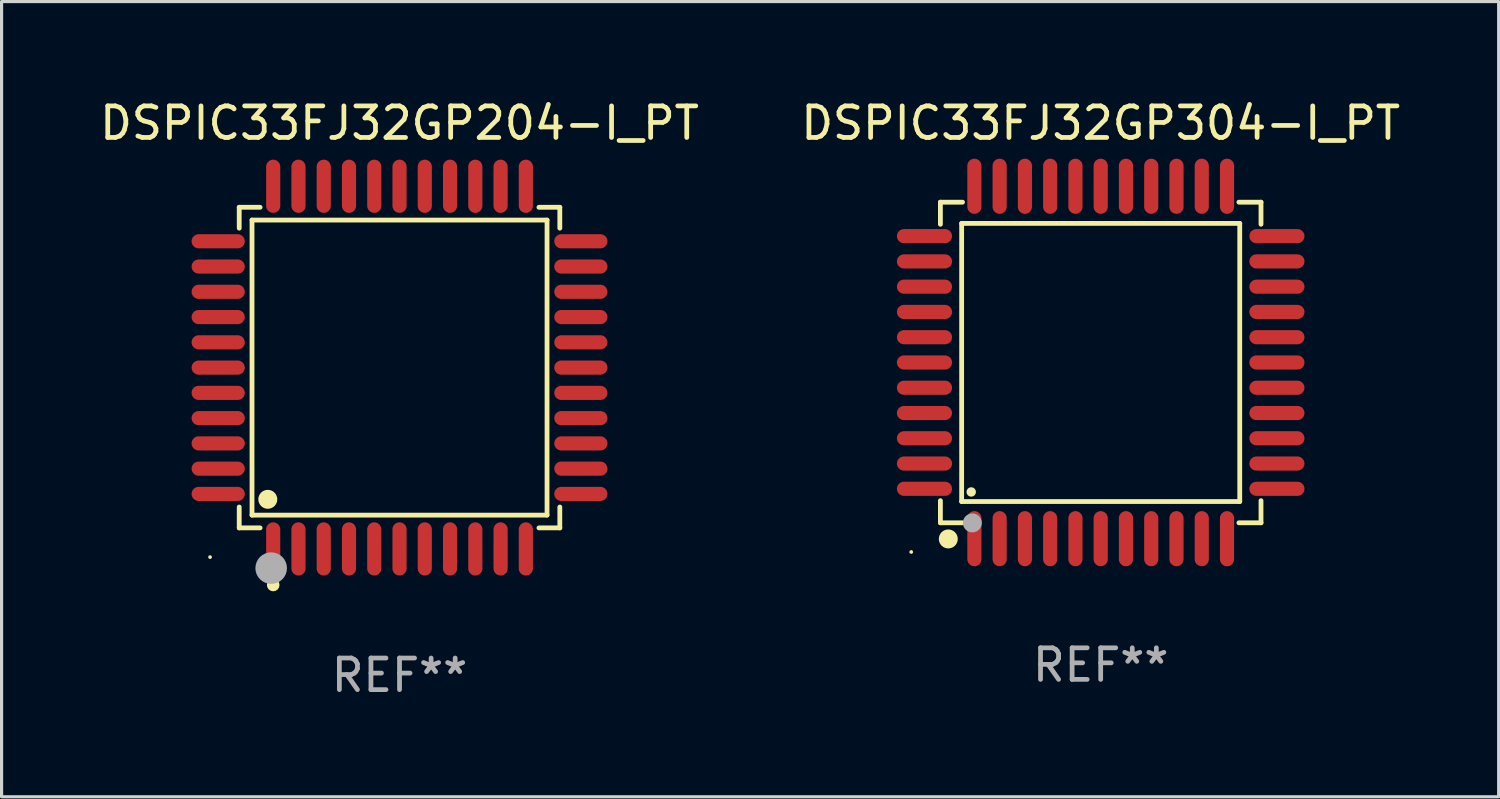
<source format=kicad_pcb>
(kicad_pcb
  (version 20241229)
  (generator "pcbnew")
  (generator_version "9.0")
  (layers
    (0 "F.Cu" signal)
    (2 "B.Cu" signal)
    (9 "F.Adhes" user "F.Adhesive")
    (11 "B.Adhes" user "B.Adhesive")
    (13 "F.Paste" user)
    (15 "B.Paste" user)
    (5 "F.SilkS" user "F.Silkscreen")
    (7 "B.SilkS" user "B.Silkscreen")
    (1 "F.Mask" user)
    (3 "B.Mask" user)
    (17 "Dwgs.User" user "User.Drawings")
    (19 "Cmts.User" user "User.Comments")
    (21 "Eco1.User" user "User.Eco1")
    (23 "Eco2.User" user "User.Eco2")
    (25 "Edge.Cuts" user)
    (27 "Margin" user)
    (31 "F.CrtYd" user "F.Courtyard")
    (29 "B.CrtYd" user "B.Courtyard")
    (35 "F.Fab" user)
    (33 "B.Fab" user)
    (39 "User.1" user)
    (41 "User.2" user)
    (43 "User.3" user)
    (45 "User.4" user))
  (footprint "DSPIC33FJ32GP204-I_PT"
    (layer "F.Cu")
    (at 9.601 8.59)
    (property "Reference" "DSPIC33FJ32GP204-I_PT" (at 0 -7.742 0) (layer "F.SilkS") (effects (font (size 1 1) (thickness 0.15))))
    (attr through_hole)
    (fp_line (start -5.076 -5.076) (end -4.415 -5.076) (stroke (width 0.152) (type solid)) (layer "F.SilkS"))
    (fp_line (start -5.076 -4.415) (end -5.076 -5.076) (stroke (width 0.152) (type solid)) (layer "F.SilkS"))
    (fp_line (start -5.076 4.415) (end -5.076 5.076) (stroke (width 0.152) (type solid)) (layer "F.SilkS"))
    (fp_line (start -5.076 5.076) (end -4.415 5.076) (stroke (width 0.152) (type solid)) (layer "F.SilkS"))
    (fp_line (start -4.671 -4.671) (end 4.671 -4.671) (stroke (width 0.152) (type solid)) (layer "F.SilkS"))
    (fp_line (start -4.671 4.671) (end -4.671 -4.671) (stroke (width 0.152) (type solid)) (layer "F.SilkS"))
    (fp_line (start 4.671 -4.671) (end 4.671 4.671) (stroke (width 0.152) (type solid)) (layer "F.SilkS"))
    (fp_line (start 4.671 4.671) (end -4.671 4.671) (stroke (width 0.152) (type solid)) (layer "F.SilkS"))
    (fp_line (start 5.076 -5.076) (end 4.415 -5.076) (stroke (width 0.152) (type solid)) (layer "F.SilkS"))
    (fp_line (start 5.076 -4.415) (end 5.076 -5.076) (stroke (width 0.152) (type solid)) (layer "F.SilkS"))
    (fp_line (start 5.076 4.415) (end 5.076 5.076) (stroke (width 0.152) (type solid)) (layer "F.SilkS"))
    (fp_line (start 5.076 5.076) (end 4.415 5.076) (stroke (width 0.152) (type solid)) (layer "F.SilkS"))
    (fp_circle (center -6 6) (end -5.97 6) (stroke (width 0.06) (type solid)) (fill no) (layer "F.SilkS"))
    (fp_circle (center -4.171 4.171) (end -4.021 4.171) (stroke (width 0.3) (type solid)) (fill no) (layer "F.SilkS"))
    (fp_circle (center -4 6.884) (end -3.9 6.884) (stroke (width 0.2) (type solid)) (fill no) (layer "F.SilkS"))
    (fp_circle (center -4.064 6.35) (end -3.814 6.35) (stroke (width 0.5) (type solid)) (fill no) (layer "F.Fab"))
    (fp_text user "REF**" (at 0 9.742 0) (layer "F.Fab") (effects (font (size 1 1) (thickness 0.15))))
    (pad "1" smd oval (at -4 5.742) (size 0.448 1.684) (layers "F.Cu" "F.Mask" "F.Paste"))
    (pad "2" smd oval (at -3.2 5.742) (size 0.448 1.684) (layers "F.Cu" "F.Mask" "F.Paste"))
    (pad "3" smd oval (at -2.4 5.742) (size 0.448 1.684) (layers "F.Cu" "F.Mask" "F.Paste"))
    (pad "4" smd oval (at -1.6 5.742) (size 0.448 1.684) (layers "F.Cu" "F.Mask" "F.Paste"))
    (pad "5" smd oval (at -0.8 5.742) (size 0.448 1.684) (layers "F.Cu" "F.Mask" "F.Paste"))
    (pad "6" smd oval (at 0 5.742) (size 0.448 1.684) (layers "F.Cu" "F.Mask" "F.Paste"))
    (pad "7" smd oval (at 0.8 5.742) (size 0.448 1.684) (layers "F.Cu" "F.Mask" "F.Paste"))
    (pad "8" smd oval (at 1.6 5.742) (size 0.448 1.684) (layers "F.Cu" "F.Mask" "F.Paste"))
    (pad "9" smd oval (at 2.4 5.742) (size 0.448 1.684) (layers "F.Cu" "F.Mask" "F.Paste"))
    (pad "10" smd oval (at 3.2 5.742) (size 0.448 1.684) (layers "F.Cu" "F.Mask" "F.Paste"))
    (pad "11" smd oval (at 4 5.742) (size 0.448 1.684) (layers "F.Cu" "F.Mask" "F.Paste"))
    (pad "12" smd oval (at 5.742 4) (size 1.684 0.448) (layers "F.Cu" "F.Mask" "F.Paste"))
    (pad "13" smd oval (at 5.742 3.2) (size 1.684 0.448) (layers "F.Cu" "F.Mask" "F.Paste"))
    (pad "14" smd oval (at 5.742 2.4) (size 1.684 0.448) (layers "F.Cu" "F.Mask" "F.Paste"))
    (pad "15" smd oval (at 5.742 1.6) (size 1.684 0.448) (layers "F.Cu" "F.Mask" "F.Paste"))
    (pad "16" smd oval (at 5.742 0.8) (size 1.684 0.448) (layers "F.Cu" "F.Mask" "F.Paste"))
    (pad "17" smd oval (at 5.742 0) (size 1.684 0.448) (layers "F.Cu" "F.Mask" "F.Paste"))
    (pad "18" smd oval (at 5.742 -0.8) (size 1.684 0.448) (layers "F.Cu" "F.Mask" "F.Paste"))
    (pad "19" smd oval (at 5.742 -1.6) (size 1.684 0.448) (layers "F.Cu" "F.Mask" "F.Paste"))
    (pad "20" smd oval (at 5.742 -2.4) (size 1.684 0.448) (layers "F.Cu" "F.Mask" "F.Paste"))
    (pad "21" smd oval (at 5.742 -3.2) (size 1.684 0.448) (layers "F.Cu" "F.Mask" "F.Paste"))
    (pad "22" smd oval (at 5.742 -4) (size 1.684 0.448) (layers "F.Cu" "F.Mask" "F.Paste"))
    (pad "23" smd oval (at 4 -5.742) (size 0.448 1.684) (layers "F.Cu" "F.Mask" "F.Paste"))
    (pad "24" smd oval (at 3.2 -5.742) (size 0.448 1.684) (layers "F.Cu" "F.Mask" "F.Paste"))
    (pad "25" smd oval (at 2.4 -5.742) (size 0.448 1.684) (layers "F.Cu" "F.Mask" "F.Paste"))
    (pad "26" smd oval (at 1.6 -5.742) (size 0.448 1.684) (layers "F.Cu" "F.Mask" "F.Paste"))
    (pad "27" smd oval (at 0.8 -5.742) (size 0.448 1.684) (layers "F.Cu" "F.Mask" "F.Paste"))
    (pad "28" smd oval (at 0 -5.742) (size 0.448 1.684) (layers "F.Cu" "F.Mask" "F.Paste"))
    (pad "29" smd oval (at -0.8 -5.742) (size 0.448 1.684) (layers "F.Cu" "F.Mask" "F.Paste"))
    (pad "30" smd oval (at -1.6 -5.742) (size 0.448 1.684) (layers "F.Cu" "F.Mask" "F.Paste"))
    (pad "31" smd oval (at -2.4 -5.742) (size 0.448 1.684) (layers "F.Cu" "F.Mask" "F.Paste"))
    (pad "32" smd oval (at -3.2 -5.742) (size 0.448 1.684) (layers "F.Cu" "F.Mask" "F.Paste"))
    (pad "33" smd oval (at -4 -5.742) (size 0.448 1.684) (layers "F.Cu" "F.Mask" "F.Paste"))
    (pad "34" smd oval (at -5.742 -4) (size 1.684 0.448) (layers "F.Cu" "F.Mask" "F.Paste"))
    (pad "35" smd oval (at -5.742 -3.2) (size 1.684 0.448) (layers "F.Cu" "F.Mask" "F.Paste"))
    (pad "36" smd oval (at -5.742 -2.4) (size 1.684 0.448) (layers "F.Cu" "F.Mask" "F.Paste"))
    (pad "37" smd oval (at -5.742 -1.6) (size 1.684 0.448) (layers "F.Cu" "F.Mask" "F.Paste"))
    (pad "38" smd oval (at -5.742 -0.8) (size 1.684 0.448) (layers "F.Cu" "F.Mask" "F.Paste"))
    (pad "39" smd oval (at -5.742 0) (size 1.684 0.448) (layers "F.Cu" "F.Mask" "F.Paste"))
    (pad "40" smd oval (at -5.742 0.8) (size 1.684 0.448) (layers "F.Cu" "F.Mask" "F.Paste"))
    (pad "41" smd oval (at -5.742 1.6) (size 1.684 0.448) (layers "F.Cu" "F.Mask" "F.Paste"))
    (pad "42" smd oval (at -5.742 2.4) (size 1.684 0.448) (layers "F.Cu" "F.Mask" "F.Paste"))
    (pad "43" smd oval (at -5.742 3.2) (size 1.684 0.448) (layers "F.Cu" "F.Mask" "F.Paste"))
    (pad "44" smd oval (at -5.742 4) (size 1.684 0.448) (layers "F.Cu" "F.Mask" "F.Paste")))
  (footprint "DSPIC33FJ32GP304-I_PT"
    (layer "F.Cu")
    (at 31.804 8.428)
    (property "Reference" "DSPIC33FJ32GP304-I_PT" (at 0 -7.58 0) (layer "F.SilkS") (effects (font (size 1 1) (thickness 0.15))))
    (attr through_hole)
    (fp_line (start -5.076 -5.076) (end -5.076 -4.376) (stroke (width 0.152) (type solid)) (layer "F.SilkS"))
    (fp_line (start -5.076 5.076) (end -5.076 4.376) (stroke (width 0.152) (type solid)) (layer "F.SilkS"))
    (fp_line (start -4.403 -4.403) (end 4.403 -4.403) (stroke (width 0.152) (type solid)) (layer "F.SilkS"))
    (fp_line (start -4.403 4.403) (end -4.403 -4.403) (stroke (width 0.152) (type solid)) (layer "F.SilkS"))
    (fp_line (start -4.376 -5.076) (end -5.076 -5.076) (stroke (width 0.152) (type solid)) (layer "F.SilkS"))
    (fp_line (start -4.376 5.076) (end -5.076 5.076) (stroke (width 0.152) (type solid)) (layer "F.SilkS"))
    (fp_line (start 4.376 -5.076) (end 5.076 -5.076) (stroke (width 0.152) (type solid)) (layer "F.SilkS"))
    (fp_line (start 4.376 5.076) (end 5.076 5.076) (stroke (width 0.152) (type solid)) (layer "F.SilkS"))
    (fp_line (start 4.403 -4.403) (end 4.403 4.403) (stroke (width 0.152) (type solid)) (layer "F.SilkS"))
    (fp_line (start 4.403 4.403) (end -4.403 4.403) (stroke (width 0.152) (type solid)) (layer "F.SilkS"))
    (fp_line (start 5.076 -5.076) (end 5.076 -4.376) (stroke (width 0.152) (type solid)) (layer "F.SilkS"))
    (fp_line (start 5.076 5.076) (end 5.076 4.376) (stroke (width 0.152) (type solid)) (layer "F.SilkS"))
    (fp_circle (center -6 6) (end -5.97 6) (stroke (width 0.06) (type solid)) (fill no) (layer "F.SilkS"))
    (fp_circle (center -4.826 5.588) (end -4.676 5.588) (stroke (width 0.3) (type solid)) (fill no) (layer "F.SilkS"))
    (fp_circle (center -4.1 4.1) (end -4.025 4.1) (stroke (width 0.15) (type solid)) (fill no) (layer "F.SilkS"))
    (fp_circle (center -4.064 5.08) (end -3.914 5.08) (stroke (width 0.3) (type solid)) (fill no) (layer "F.Fab"))
    (fp_text user "REF**" (at 0 9.58 0) (layer "F.Fab") (effects (font (size 1 1) (thickness 0.15))))
    (pad "1" smd oval (at -4 5.58) (size 0.448 1.745) (layers "F.Cu" "F.Mask" "F.Paste"))
    (pad "2" smd oval (at -3.2 5.58) (size 0.448 1.745) (layers "F.Cu" "F.Mask" "F.Paste"))
    (pad "3" smd oval (at -2.4 5.58) (size 0.448 1.745) (layers "F.Cu" "F.Mask" "F.Paste"))
    (pad "4" smd oval (at -1.6 5.58) (size 0.448 1.745) (layers "F.Cu" "F.Mask" "F.Paste"))
    (pad "5" smd oval (at -0.8 5.58) (size 0.448 1.745) (layers "F.Cu" "F.Mask" "F.Paste"))
    (pad "6" smd oval (at 0 5.58) (size 0.448 1.745) (layers "F.Cu" "F.Mask" "F.Paste"))
    (pad "7" smd oval (at 0.8 5.58) (size 0.448 1.745) (layers "F.Cu" "F.Mask" "F.Paste"))
    (pad "8" smd oval (at 1.6 5.58) (size 0.448 1.745) (layers "F.Cu" "F.Mask" "F.Paste"))
    (pad "9" smd oval (at 2.4 5.58) (size 0.448 1.745) (layers "F.Cu" "F.Mask" "F.Paste"))
    (pad "10" smd oval (at 3.2 5.58) (size 0.448 1.745) (layers "F.Cu" "F.Mask" "F.Paste"))
    (pad "11" smd oval (at 4 5.58) (size 0.448 1.745) (layers "F.Cu" "F.Mask" "F.Paste"))
    (pad "12" smd oval (at 5.58 4) (size 1.745 0.448) (layers "F.Cu" "F.Mask" "F.Paste"))
    (pad "13" smd oval (at 5.58 3.2) (size 1.745 0.448) (layers "F.Cu" "F.Mask" "F.Paste"))
    (pad "14" smd oval (at 5.58 2.4) (size 1.745 0.448) (layers "F.Cu" "F.Mask" "F.Paste"))
    (pad "15" smd oval (at 5.58 1.6) (size 1.745 0.448) (layers "F.Cu" "F.Mask" "F.Paste"))
    (pad "16" smd oval (at 5.58 0.8) (size 1.745 0.448) (layers "F.Cu" "F.Mask" "F.Paste"))
    (pad "17" smd oval (at 5.58 0) (size 1.745 0.448) (layers "F.Cu" "F.Mask" "F.Paste"))
    (pad "18" smd oval (at 5.58 -0.8) (size 1.745 0.448) (layers "F.Cu" "F.Mask" "F.Paste"))
    (pad "19" smd oval (at 5.58 -1.6) (size 1.745 0.448) (layers "F.Cu" "F.Mask" "F.Paste"))
    (pad "20" smd oval (at 5.58 -2.4) (size 1.745 0.448) (layers "F.Cu" "F.Mask" "F.Paste"))
    (pad "21" smd oval (at 5.58 -3.2) (size 1.745 0.448) (layers "F.Cu" "F.Mask" "F.Paste"))
    (pad "22" smd oval (at 5.58 -4) (size 1.745 0.448) (layers "F.Cu" "F.Mask" "F.Paste"))
    (pad "23" smd oval (at 4 -5.58) (size 0.448 1.745) (layers "F.Cu" "F.Mask" "F.Paste"))
    (pad "24" smd oval (at 3.2 -5.58) (size 0.448 1.745) (layers "F.Cu" "F.Mask" "F.Paste"))
    (pad "25" smd oval (at 2.4 -5.58) (size 0.448 1.745) (layers "F.Cu" "F.Mask" "F.Paste"))
    (pad "26" smd oval (at 1.6 -5.58) (size 0.448 1.745) (layers "F.Cu" "F.Mask" "F.Paste"))
    (pad "27" smd oval (at 0.8 -5.58) (size 0.448 1.745) (layers "F.Cu" "F.Mask" "F.Paste"))
    (pad "28" smd oval (at 0 -5.58) (size 0.448 1.745) (layers "F.Cu" "F.Mask" "F.Paste"))
    (pad "29" smd oval (at -0.8 -5.58) (size 0.448 1.745) (layers "F.Cu" "F.Mask" "F.Paste"))
    (pad "30" smd oval (at -1.6 -5.58) (size 0.448 1.745) (layers "F.Cu" "F.Mask" "F.Paste"))
    (pad "31" smd oval (at -2.4 -5.58) (size 0.448 1.745) (layers "F.Cu" "F.Mask" "F.Paste"))
    (pad "32" smd oval (at -3.2 -5.58) (size 0.448 1.745) (layers "F.Cu" "F.Mask" "F.Paste"))
    (pad "33" smd oval (at -4 -5.58) (size 0.448 1.745) (layers "F.Cu" "F.Mask" "F.Paste"))
    (pad "34" smd oval (at -5.58 -4) (size 1.745 0.448) (layers "F.Cu" "F.Mask" "F.Paste"))
    (pad "35" smd oval (at -5.58 -3.2) (size 1.745 0.448) (layers "F.Cu" "F.Mask" "F.Paste"))
    (pad "36" smd oval (at -5.58 -2.4) (size 1.745 0.448) (layers "F.Cu" "F.Mask" "F.Paste"))
    (pad "37" smd oval (at -5.58 -1.6) (size 1.745 0.448) (layers "F.Cu" "F.Mask" "F.Paste"))
    (pad "38" smd oval (at -5.58 -0.8) (size 1.745 0.448) (layers "F.Cu" "F.Mask" "F.Paste"))
    (pad "39" smd oval (at -5.58 0) (size 1.745 0.448) (layers "F.Cu" "F.Mask" "F.Paste"))
    (pad "40" smd oval (at -5.58 0.8) (size 1.745 0.448) (layers "F.Cu" "F.Mask" "F.Paste"))
    (pad "41" smd oval (at -5.58 1.6) (size 1.745 0.448) (layers "F.Cu" "F.Mask" "F.Paste"))
    (pad "42" smd oval (at -5.58 2.4) (size 1.745 0.448) (layers "F.Cu" "F.Mask" "F.Paste"))
    (pad "43" smd oval (at -5.58 3.2) (size 1.745 0.448) (layers "F.Cu" "F.Mask" "F.Paste"))
    (pad "44" smd oval (at -5.58 4) (size 1.745 0.448) (layers "F.Cu" "F.Mask" "F.Paste")))
  (gr_rect
    (start -3 -3)
    (end 44.405 22.18)
    (stroke (width 0.1) (type default))
    (fill no)
    (layer "Edge.Cuts")))
</source>
